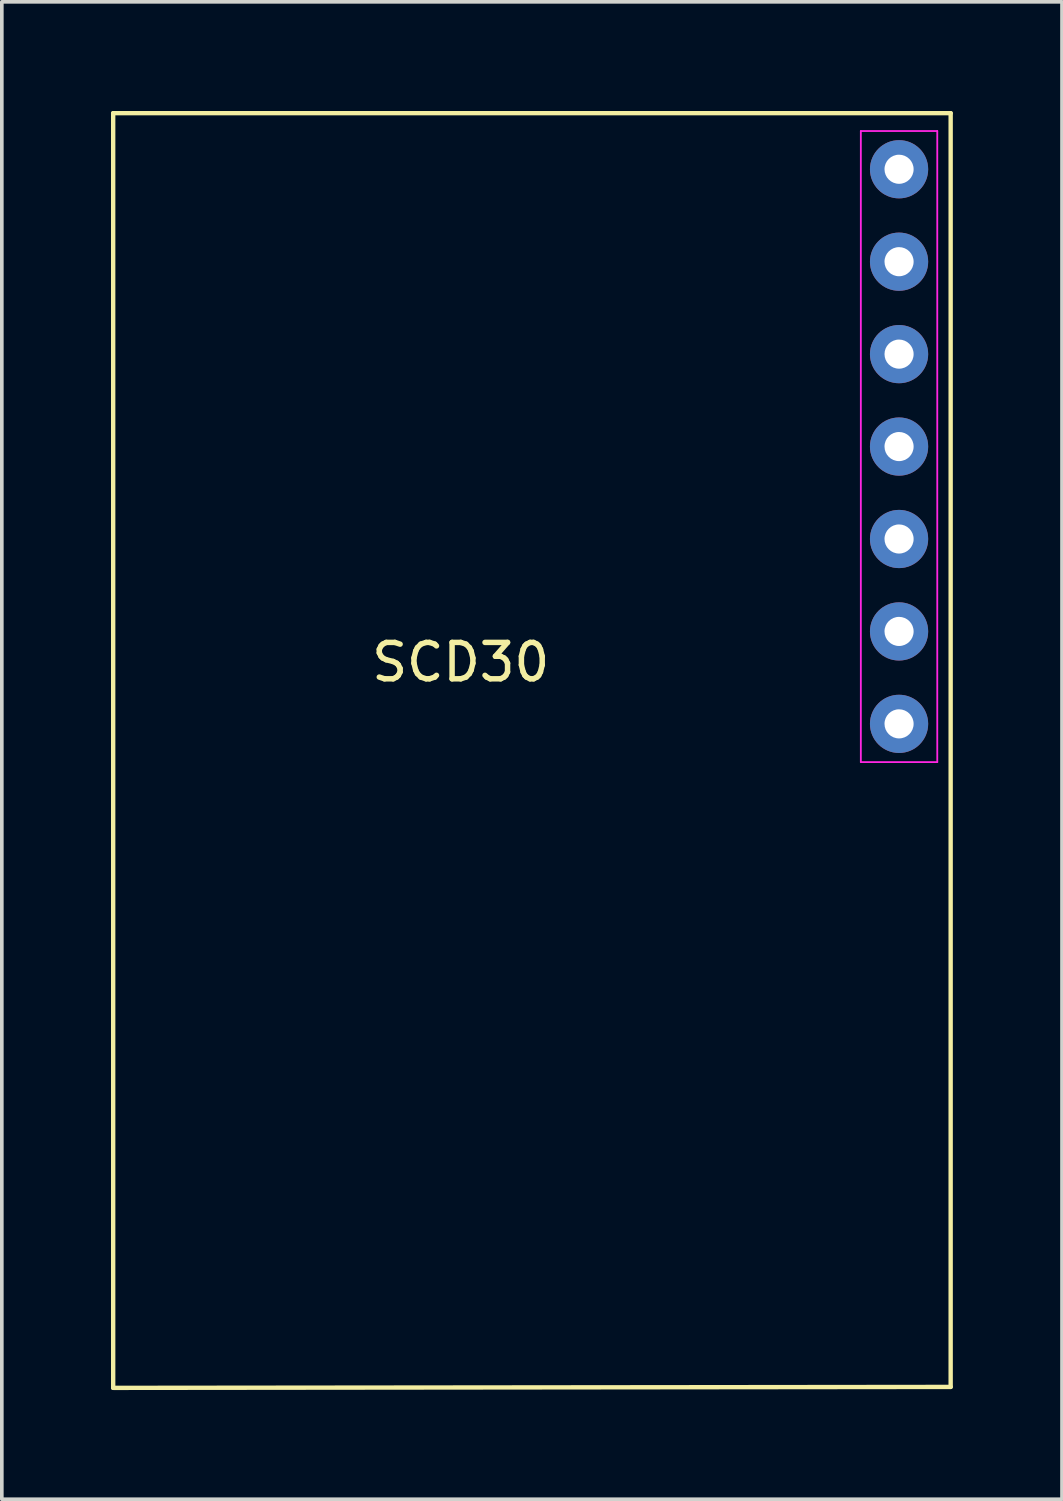
<source format=kicad_pcb>
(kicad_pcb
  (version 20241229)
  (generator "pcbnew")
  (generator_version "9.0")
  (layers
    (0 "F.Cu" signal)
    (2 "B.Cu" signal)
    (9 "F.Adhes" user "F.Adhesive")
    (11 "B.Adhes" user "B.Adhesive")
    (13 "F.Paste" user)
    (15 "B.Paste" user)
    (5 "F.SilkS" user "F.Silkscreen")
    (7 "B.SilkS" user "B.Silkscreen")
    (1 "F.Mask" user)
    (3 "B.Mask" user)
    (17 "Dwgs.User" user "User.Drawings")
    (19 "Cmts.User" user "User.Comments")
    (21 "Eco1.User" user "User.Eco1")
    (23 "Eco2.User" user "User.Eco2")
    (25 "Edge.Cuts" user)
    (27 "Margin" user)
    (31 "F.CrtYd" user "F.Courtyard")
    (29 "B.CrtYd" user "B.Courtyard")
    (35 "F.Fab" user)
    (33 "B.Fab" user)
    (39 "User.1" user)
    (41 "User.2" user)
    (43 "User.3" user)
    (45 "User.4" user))
  (footprint "SCD30"
    (layer "F.Cu")
    (at 3.667 17.891)
    (property "Reference" "SCD30" (at 5.944 -2.743 0) (layer "F.SilkS") (effects (font (size 1 1) (thickness 0.15))))
    (attr through_hole)
    (fp_line (start -3.607 -17.831) (end 19.406 -17.831) (stroke (width 0.12) (type solid)) (layer "F.SilkS"))
    (fp_line (start -3.607 17.196) (end -3.607 -17.831) (stroke (width 0.12) (type solid)) (layer "F.SilkS"))
    (fp_line (start 19.406 -17.831) (end 19.406 17.17) (stroke (width 0.12) (type solid)) (layer "F.SilkS"))
    (fp_line (start 19.406 17.17) (end -3.607 17.196) (stroke (width 0.12) (type solid)) (layer "F.SilkS"))
    (fp_line (start 16.938 -17.34) (end 19.038 -17.34) (stroke (width 0.05) (type solid)) (layer "F.CrtYd"))
    (fp_line (start 16.938 0) (end 16.938 -17.34) (stroke (width 0.05) (type solid)) (layer "F.CrtYd"))
    (fp_line (start 19.038 -17.34) (end 19.038 0) (stroke (width 0.05) (type solid)) (layer "F.CrtYd"))
    (fp_line (start 19.038 0) (end 16.938 0) (stroke (width 0.05) (type solid)) (layer "F.CrtYd"))
    (pad "1" thru_hole circle (at 17.988 -16.29 270) (size 1.6 1.6) (drill 0.8) (layers "*.Cu" "*.Mask"))
    (pad "2" thru_hole circle (at 17.988 -13.75 270) (size 1.6 1.6) (drill 0.8) (layers "*.Cu" "*.Mask"))
    (pad "3" thru_hole circle (at 17.988 -11.21 270) (size 1.6 1.6) (drill 0.8) (layers "*.Cu" "*.Mask"))
    (pad "4" thru_hole circle (at 17.988 -8.67 270) (size 1.6 1.6) (drill 0.8) (layers "*.Cu" "*.Mask"))
    (pad "5" thru_hole circle (at 17.988 -6.13 270) (size 1.6 1.6) (drill 0.8) (layers "*.Cu" "*.Mask"))
    (pad "6" thru_hole circle (at 17.988 -3.59 270) (size 1.6 1.6) (drill 0.8) (layers "*.Cu" "*.Mask"))
    (pad "7" thru_hole circle (at 17.988 -1.05 270) (size 1.6 1.6) (drill 0.8) (layers "*.Cu" "*.Mask")))
  (gr_rect
    (start -3 -3)
    (end 26.132 38.147)
    (stroke (width 0.1) (type default))
    (fill no)
    (layer "Edge.Cuts")))
</source>
